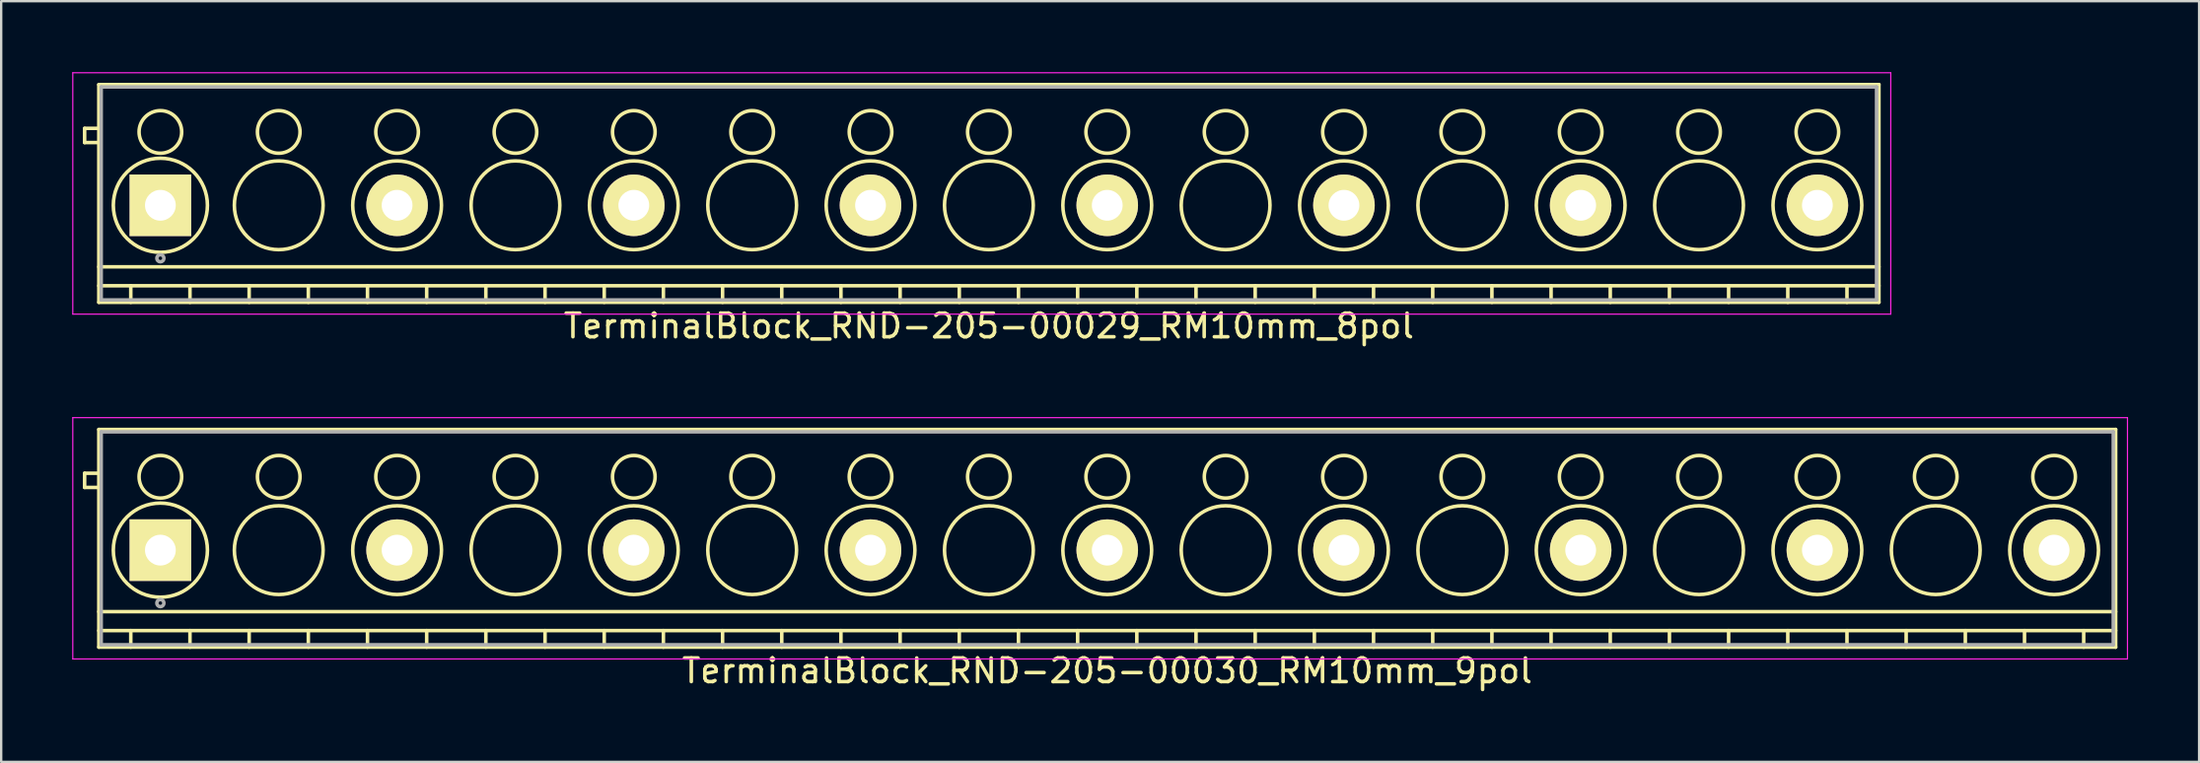
<source format=kicad_pcb>
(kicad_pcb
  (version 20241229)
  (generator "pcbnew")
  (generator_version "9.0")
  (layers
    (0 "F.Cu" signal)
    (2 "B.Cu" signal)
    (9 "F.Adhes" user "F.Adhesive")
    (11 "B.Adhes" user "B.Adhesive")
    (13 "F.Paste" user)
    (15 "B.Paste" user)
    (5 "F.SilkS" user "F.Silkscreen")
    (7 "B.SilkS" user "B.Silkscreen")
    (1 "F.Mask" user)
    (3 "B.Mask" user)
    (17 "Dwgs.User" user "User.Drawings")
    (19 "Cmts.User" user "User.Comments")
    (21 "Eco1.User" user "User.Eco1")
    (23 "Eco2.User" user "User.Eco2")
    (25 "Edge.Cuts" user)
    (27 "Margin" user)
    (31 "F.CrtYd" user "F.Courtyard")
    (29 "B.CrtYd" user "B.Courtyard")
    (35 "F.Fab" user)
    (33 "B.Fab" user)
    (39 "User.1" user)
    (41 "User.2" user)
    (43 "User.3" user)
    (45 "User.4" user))
  (footprint "TerminalBlock_RND-205-00029_RM10mm_8pol"
    (layer "F.Cu")
    (at 3.725 5.625)
    (property "Reference" "TerminalBlock_RND-205-00029_RM10mm_8pol" (at 35 5.1 0) (layer "F.SilkS") (effects (font (size 1 1) (thickness 0.15))))
    (attr through_hole)
    (fp_line (start -3.2 -3.25) (end -3.2 -2.65) (stroke (width 0.15) (type solid)) (layer "F.SilkS"))
    (fp_line (start -3.2 -2.65) (end -2.6 -2.65) (stroke (width 0.15) (type solid)) (layer "F.SilkS"))
    (fp_line (start -2.6 -5.1) (end 72.6 -5.1) (stroke (width 0.15) (type solid)) (layer "F.SilkS"))
    (fp_line (start -2.6 -3.25) (end -3.2 -3.25) (stroke (width 0.15) (type solid)) (layer "F.SilkS"))
    (fp_line (start -2.6 2.6) (end 72.6 2.6) (stroke (width 0.15) (type solid)) (layer "F.SilkS"))
    (fp_line (start -2.6 3.4) (end 72.6 3.4) (stroke (width 0.15) (type solid)) (layer "F.SilkS"))
    (fp_line (start -2.6 4.1) (end -2.6 -5.1) (stroke (width 0.15) (type solid)) (layer "F.SilkS"))
    (fp_line (start -1.25 3.4) (end -1.25 4.1) (stroke (width 0.15) (type solid)) (layer "F.SilkS"))
    (fp_line (start 1.25 3.4) (end 1.25 4.1) (stroke (width 0.15) (type solid)) (layer "F.SilkS"))
    (fp_line (start 3.75 3.4) (end 3.75 4.1) (stroke (width 0.15) (type solid)) (layer "F.SilkS"))
    (fp_line (start 6.25 3.4) (end 6.25 4.1) (stroke (width 0.15) (type solid)) (layer "F.SilkS"))
    (fp_line (start 8.75 3.4) (end 8.75 4.1) (stroke (width 0.15) (type solid)) (layer "F.SilkS"))
    (fp_line (start 11.25 3.4) (end 11.25 4.1) (stroke (width 0.15) (type solid)) (layer "F.SilkS"))
    (fp_line (start 13.75 3.4) (end 13.75 4.1) (stroke (width 0.15) (type solid)) (layer "F.SilkS"))
    (fp_line (start 16.25 3.4) (end 16.25 4.1) (stroke (width 0.15) (type solid)) (layer "F.SilkS"))
    (fp_line (start 18.75 3.4) (end 18.75 4.1) (stroke (width 0.15) (type solid)) (layer "F.SilkS"))
    (fp_line (start 21.25 3.4) (end 21.25 4.1) (stroke (width 0.15) (type solid)) (layer "F.SilkS"))
    (fp_line (start 23.75 3.4) (end 23.75 4.1) (stroke (width 0.15) (type solid)) (layer "F.SilkS"))
    (fp_line (start 26.25 3.4) (end 26.25 4.1) (stroke (width 0.15) (type solid)) (layer "F.SilkS"))
    (fp_line (start 28.75 3.4) (end 28.75 4.1) (stroke (width 0.15) (type solid)) (layer "F.SilkS"))
    (fp_line (start 31.25 3.4) (end 31.25 4.1) (stroke (width 0.15) (type solid)) (layer "F.SilkS"))
    (fp_line (start 33.75 3.4) (end 33.75 4.1) (stroke (width 0.15) (type solid)) (layer "F.SilkS"))
    (fp_line (start 36.25 3.4) (end 36.25 4.1) (stroke (width 0.15) (type solid)) (layer "F.SilkS"))
    (fp_line (start 38.75 3.4) (end 38.75 4.1) (stroke (width 0.15) (type solid)) (layer "F.SilkS"))
    (fp_line (start 41.25 3.4) (end 41.25 4.1) (stroke (width 0.15) (type solid)) (layer "F.SilkS"))
    (fp_line (start 43.75 3.4) (end 43.75 4.1) (stroke (width 0.15) (type solid)) (layer "F.SilkS"))
    (fp_line (start 46.25 3.4) (end 46.25 4.1) (stroke (width 0.15) (type solid)) (layer "F.SilkS"))
    (fp_line (start 48.75 3.4) (end 48.75 4.1) (stroke (width 0.15) (type solid)) (layer "F.SilkS"))
    (fp_line (start 51.25 3.4) (end 51.25 4.1) (stroke (width 0.15) (type solid)) (layer "F.SilkS"))
    (fp_line (start 53.75 3.4) (end 53.75 4.1) (stroke (width 0.15) (type solid)) (layer "F.SilkS"))
    (fp_line (start 56.25 3.4) (end 56.25 4.1) (stroke (width 0.15) (type solid)) (layer "F.SilkS"))
    (fp_line (start 58.75 3.4) (end 58.75 4.1) (stroke (width 0.15) (type solid)) (layer "F.SilkS"))
    (fp_line (start 61.25 3.4) (end 61.25 4.1) (stroke (width 0.15) (type solid)) (layer "F.SilkS"))
    (fp_line (start 63.75 3.4) (end 63.75 4.1) (stroke (width 0.15) (type solid)) (layer "F.SilkS"))
    (fp_line (start 66.25 3.4) (end 66.25 4.1) (stroke (width 0.15) (type solid)) (layer "F.SilkS"))
    (fp_line (start 68.75 3.4) (end 68.75 4.1) (stroke (width 0.15) (type solid)) (layer "F.SilkS"))
    (fp_line (start 71.25 3.4) (end 71.25 4.1) (stroke (width 0.15) (type solid)) (layer "F.SilkS"))
    (fp_line (start 72.6 -5.1) (end 72.6 4.1) (stroke (width 0.15) (type solid)) (layer "F.SilkS"))
    (fp_line (start 72.6 4.1) (end -2.6 4.1) (stroke (width 0.15) (type solid)) (layer "F.SilkS"))
    (fp_circle (center 0 -3.1) (end -0.9 -3.1) (stroke (width 0.15) (type solid)) (fill no) (layer "F.SilkS"))
    (fp_circle (center 0 0) (end -1.988 0) (stroke (width 0.15) (type solid)) (fill no) (layer "F.SilkS"))
    (fp_circle (center 5 -3.1) (end 4.1 -3.1) (stroke (width 0.15) (type solid)) (fill no) (layer "F.SilkS"))
    (fp_circle (center 5 0) (end 3.125 0) (stroke (width 0.15) (type solid)) (fill no) (layer "F.SilkS"))
    (fp_circle (center 10 -3.1) (end 9.1 -3.1) (stroke (width 0.15) (type solid)) (fill no) (layer "F.SilkS"))
    (fp_circle (center 10 0) (end 8.125 0) (stroke (width 0.15) (type solid)) (fill no) (layer "F.SilkS"))
    (fp_circle (center 15 -3.1) (end 14.1 -3.1) (stroke (width 0.15) (type solid)) (fill no) (layer "F.SilkS"))
    (fp_circle (center 15 0) (end 13.125 0) (stroke (width 0.15) (type solid)) (fill no) (layer "F.SilkS"))
    (fp_circle (center 20 -3.1) (end 19.1 -3.1) (stroke (width 0.15) (type solid)) (fill no) (layer "F.SilkS"))
    (fp_circle (center 20 0) (end 18.125 0) (stroke (width 0.15) (type solid)) (fill no) (layer "F.SilkS"))
    (fp_circle (center 25 -3.1) (end 24.1 -3.1) (stroke (width 0.15) (type solid)) (fill no) (layer "F.SilkS"))
    (fp_circle (center 25 0) (end 23.125 0) (stroke (width 0.15) (type solid)) (fill no) (layer "F.SilkS"))
    (fp_circle (center 30 -3.1) (end 29.1 -3.1) (stroke (width 0.15) (type solid)) (fill no) (layer "F.SilkS"))
    (fp_circle (center 30 0) (end 28.125 0) (stroke (width 0.15) (type solid)) (fill no) (layer "F.SilkS"))
    (fp_circle (center 35 -3.1) (end 34.1 -3.1) (stroke (width 0.15) (type solid)) (fill no) (layer "F.SilkS"))
    (fp_circle (center 35 0) (end 33.125 0) (stroke (width 0.15) (type solid)) (fill no) (layer "F.SilkS"))
    (fp_circle (center 40 -3.1) (end 39.1 -3.1) (stroke (width 0.15) (type solid)) (fill no) (layer "F.SilkS"))
    (fp_circle (center 40 0) (end 38.125 0) (stroke (width 0.15) (type solid)) (fill no) (layer "F.SilkS"))
    (fp_circle (center 45 -3.1) (end 44.1 -3.1) (stroke (width 0.15) (type solid)) (fill no) (layer "F.SilkS"))
    (fp_circle (center 45 0) (end 43.125 0) (stroke (width 0.15) (type solid)) (fill no) (layer "F.SilkS"))
    (fp_circle (center 50 -3.1) (end 49.1 -3.1) (stroke (width 0.15) (type solid)) (fill no) (layer "F.SilkS"))
    (fp_circle (center 50 0) (end 48.125 0) (stroke (width 0.15) (type solid)) (fill no) (layer "F.SilkS"))
    (fp_circle (center 55 -3.1) (end 54.1 -3.1) (stroke (width 0.15) (type solid)) (fill no) (layer "F.SilkS"))
    (fp_circle (center 55 0) (end 53.125 0) (stroke (width 0.15) (type solid)) (fill no) (layer "F.SilkS"))
    (fp_circle (center 60 -3.1) (end 59.1 -3.1) (stroke (width 0.15) (type solid)) (fill no) (layer "F.SilkS"))
    (fp_circle (center 60 0) (end 58.125 0) (stroke (width 0.15) (type solid)) (fill no) (layer "F.SilkS"))
    (fp_circle (center 65 -3.1) (end 64.1 -3.1) (stroke (width 0.15) (type solid)) (fill no) (layer "F.SilkS"))
    (fp_circle (center 65 0) (end 63.125 0) (stroke (width 0.15) (type solid)) (fill no) (layer "F.SilkS"))
    (fp_circle (center 70 -3.1) (end 69.1 -3.1) (stroke (width 0.15) (type solid)) (fill no) (layer "F.SilkS"))
    (fp_circle (center 70 0) (end 68.125 0) (stroke (width 0.15) (type solid)) (fill no) (layer "F.SilkS"))
    (fp_line (start -3.7 -5.6) (end 73.1 -5.6) (stroke (width 0.05) (type solid)) (layer "F.CrtYd"))
    (fp_line (start -3.7 4.6) (end -3.7 -5.6) (stroke (width 0.05) (type solid)) (layer "F.CrtYd"))
    (fp_line (start 73.1 -5.6) (end 73.1 4.6) (stroke (width 0.05) (type solid)) (layer "F.CrtYd"))
    (fp_line (start 73.1 4.6) (end -3.7 4.6) (stroke (width 0.05) (type solid)) (layer "F.CrtYd"))
    (fp_line (start -2.5 -5) (end 72.5 -5) (stroke (width 0.15) (type solid)) (layer "F.Fab"))
    (fp_line (start -2.5 4) (end -2.5 -5) (stroke (width 0.15) (type solid)) (layer "F.Fab"))
    (fp_line (start 72.5 -5) (end 72.5 4) (stroke (width 0.15) (type solid)) (layer "F.Fab"))
    (fp_line (start 72.5 4) (end -2.5 4) (stroke (width 0.15) (type solid)) (layer "F.Fab"))
    (fp_circle (center 0 2.238) (end -0.15 2.238) (stroke (width 0.15) (type solid)) (fill no) (layer "F.Fab"))
    (pad "1" thru_hole rect (at 0 0) (size 2.6 2.6) (drill 1.3) (layers "*.Cu" "*.Mask" "F.SilkS"))
    (pad "2" thru_hole circle (at 10 0) (size 2.6 2.6) (drill 1.3) (layers "*.Cu" "*.Mask" "F.SilkS"))
    (pad "3" thru_hole circle (at 20 0) (size 2.6 2.6) (drill 1.3) (layers "*.Cu" "*.Mask" "F.SilkS"))
    (pad "4" thru_hole circle (at 30 0) (size 2.6 2.6) (drill 1.3) (layers "*.Cu" "*.Mask" "F.SilkS"))
    (pad "5" thru_hole circle (at 40 0) (size 2.6 2.6) (drill 1.3) (layers "*.Cu" "*.Mask" "F.SilkS"))
    (pad "6" thru_hole circle (at 50 0) (size 2.6 2.6) (drill 1.3) (layers "*.Cu" "*.Mask" "F.SilkS"))
    (pad "7" thru_hole circle (at 60 0) (size 2.6 2.6) (drill 1.3) (layers "*.Cu" "*.Mask" "F.SilkS"))
    (pad "8" thru_hole circle (at 70 0) (size 2.6 2.6) (drill 1.3) (layers "*.Cu" "*.Mask" "F.SilkS")))
  (footprint "TerminalBlock_RND-205-00030_RM10mm_9pol"
    (layer "F.Cu")
    (at 3.725 20.198)
    (property "Reference" "TerminalBlock_RND-205-00030_RM10mm_9pol" (at 40 5.1 0) (layer "F.SilkS") (effects (font (size 1 1) (thickness 0.15))))
    (attr through_hole)
    (fp_line (start -3.2 -3.25) (end -3.2 -2.65) (stroke (width 0.15) (type solid)) (layer "F.SilkS"))
    (fp_line (start -3.2 -2.65) (end -2.6 -2.65) (stroke (width 0.15) (type solid)) (layer "F.SilkS"))
    (fp_line (start -2.6 -5.1) (end 82.6 -5.1) (stroke (width 0.15) (type solid)) (layer "F.SilkS"))
    (fp_line (start -2.6 -3.25) (end -3.2 -3.25) (stroke (width 0.15) (type solid)) (layer "F.SilkS"))
    (fp_line (start -2.6 2.6) (end 82.6 2.6) (stroke (width 0.15) (type solid)) (layer "F.SilkS"))
    (fp_line (start -2.6 3.4) (end 82.6 3.4) (stroke (width 0.15) (type solid)) (layer "F.SilkS"))
    (fp_line (start -2.6 4.1) (end -2.6 -5.1) (stroke (width 0.15) (type solid)) (layer "F.SilkS"))
    (fp_line (start -1.25 3.4) (end -1.25 4.1) (stroke (width 0.15) (type solid)) (layer "F.SilkS"))
    (fp_line (start 1.25 3.4) (end 1.25 4.1) (stroke (width 0.15) (type solid)) (layer "F.SilkS"))
    (fp_line (start 3.75 3.4) (end 3.75 4.1) (stroke (width 0.15) (type solid)) (layer "F.SilkS"))
    (fp_line (start 6.25 3.4) (end 6.25 4.1) (stroke (width 0.15) (type solid)) (layer "F.SilkS"))
    (fp_line (start 8.75 3.4) (end 8.75 4.1) (stroke (width 0.15) (type solid)) (layer "F.SilkS"))
    (fp_line (start 11.25 3.4) (end 11.25 4.1) (stroke (width 0.15) (type solid)) (layer "F.SilkS"))
    (fp_line (start 13.75 3.4) (end 13.75 4.1) (stroke (width 0.15) (type solid)) (layer "F.SilkS"))
    (fp_line (start 16.25 3.4) (end 16.25 4.1) (stroke (width 0.15) (type solid)) (layer "F.SilkS"))
    (fp_line (start 18.75 3.4) (end 18.75 4.1) (stroke (width 0.15) (type solid)) (layer "F.SilkS"))
    (fp_line (start 21.25 3.4) (end 21.25 4.1) (stroke (width 0.15) (type solid)) (layer "F.SilkS"))
    (fp_line (start 23.75 3.4) (end 23.75 4.1) (stroke (width 0.15) (type solid)) (layer "F.SilkS"))
    (fp_line (start 26.25 3.4) (end 26.25 4.1) (stroke (width 0.15) (type solid)) (layer "F.SilkS"))
    (fp_line (start 28.75 3.4) (end 28.75 4.1) (stroke (width 0.15) (type solid)) (layer "F.SilkS"))
    (fp_line (start 31.25 3.4) (end 31.25 4.1) (stroke (width 0.15) (type solid)) (layer "F.SilkS"))
    (fp_line (start 33.75 3.4) (end 33.75 4.1) (stroke (width 0.15) (type solid)) (layer "F.SilkS"))
    (fp_line (start 36.25 3.4) (end 36.25 4.1) (stroke (width 0.15) (type solid)) (layer "F.SilkS"))
    (fp_line (start 38.75 3.4) (end 38.75 4.1) (stroke (width 0.15) (type solid)) (layer "F.SilkS"))
    (fp_line (start 41.25 3.4) (end 41.25 4.1) (stroke (width 0.15) (type solid)) (layer "F.SilkS"))
    (fp_line (start 43.75 3.4) (end 43.75 4.1) (stroke (width 0.15) (type solid)) (layer "F.SilkS"))
    (fp_line (start 46.25 3.4) (end 46.25 4.1) (stroke (width 0.15) (type solid)) (layer "F.SilkS"))
    (fp_line (start 48.75 3.4) (end 48.75 4.1) (stroke (width 0.15) (type solid)) (layer "F.SilkS"))
    (fp_line (start 51.25 3.4) (end 51.25 4.1) (stroke (width 0.15) (type solid)) (layer "F.SilkS"))
    (fp_line (start 53.75 3.4) (end 53.75 4.1) (stroke (width 0.15) (type solid)) (layer "F.SilkS"))
    (fp_line (start 56.25 3.4) (end 56.25 4.1) (stroke (width 0.15) (type solid)) (layer "F.SilkS"))
    (fp_line (start 58.75 3.4) (end 58.75 4.1) (stroke (width 0.15) (type solid)) (layer "F.SilkS"))
    (fp_line (start 61.25 3.4) (end 61.25 4.1) (stroke (width 0.15) (type solid)) (layer "F.SilkS"))
    (fp_line (start 63.75 3.4) (end 63.75 4.1) (stroke (width 0.15) (type solid)) (layer "F.SilkS"))
    (fp_line (start 66.25 3.4) (end 66.25 4.1) (stroke (width 0.15) (type solid)) (layer "F.SilkS"))
    (fp_line (start 68.75 3.4) (end 68.75 4.1) (stroke (width 0.15) (type solid)) (layer "F.SilkS"))
    (fp_line (start 71.25 3.4) (end 71.25 4.1) (stroke (width 0.15) (type solid)) (layer "F.SilkS"))
    (fp_line (start 73.75 3.4) (end 73.75 4.1) (stroke (width 0.15) (type solid)) (layer "F.SilkS"))
    (fp_line (start 76.25 3.4) (end 76.25 4.1) (stroke (width 0.15) (type solid)) (layer "F.SilkS"))
    (fp_line (start 78.75 3.4) (end 78.75 4.1) (stroke (width 0.15) (type solid)) (layer "F.SilkS"))
    (fp_line (start 81.25 3.4) (end 81.25 4.1) (stroke (width 0.15) (type solid)) (layer "F.SilkS"))
    (fp_line (start 82.6 -5.1) (end 82.6 4.1) (stroke (width 0.15) (type solid)) (layer "F.SilkS"))
    (fp_line (start 82.6 4.1) (end -2.6 4.1) (stroke (width 0.15) (type solid)) (layer "F.SilkS"))
    (fp_circle (center 0 -3.1) (end -0.9 -3.1) (stroke (width 0.15) (type solid)) (fill no) (layer "F.SilkS"))
    (fp_circle (center 0 0) (end -1.988 0) (stroke (width 0.15) (type solid)) (fill no) (layer "F.SilkS"))
    (fp_circle (center 5 -3.1) (end 4.1 -3.1) (stroke (width 0.15) (type solid)) (fill no) (layer "F.SilkS"))
    (fp_circle (center 5 0) (end 3.125 0) (stroke (width 0.15) (type solid)) (fill no) (layer "F.SilkS"))
    (fp_circle (center 10 -3.1) (end 9.1 -3.1) (stroke (width 0.15) (type solid)) (fill no) (layer "F.SilkS"))
    (fp_circle (center 10 0) (end 8.125 0) (stroke (width 0.15) (type solid)) (fill no) (layer "F.SilkS"))
    (fp_circle (center 15 -3.1) (end 14.1 -3.1) (stroke (width 0.15) (type solid)) (fill no) (layer "F.SilkS"))
    (fp_circle (center 15 0) (end 13.125 0) (stroke (width 0.15) (type solid)) (fill no) (layer "F.SilkS"))
    (fp_circle (center 20 -3.1) (end 19.1 -3.1) (stroke (width 0.15) (type solid)) (fill no) (layer "F.SilkS"))
    (fp_circle (center 20 0) (end 18.125 0) (stroke (width 0.15) (type solid)) (fill no) (layer "F.SilkS"))
    (fp_circle (center 25 -3.1) (end 24.1 -3.1) (stroke (width 0.15) (type solid)) (fill no) (layer "F.SilkS"))
    (fp_circle (center 25 0) (end 23.125 0) (stroke (width 0.15) (type solid)) (fill no) (layer "F.SilkS"))
    (fp_circle (center 30 -3.1) (end 29.1 -3.1) (stroke (width 0.15) (type solid)) (fill no) (layer "F.SilkS"))
    (fp_circle (center 30 0) (end 28.125 0) (stroke (width 0.15) (type solid)) (fill no) (layer "F.SilkS"))
    (fp_circle (center 35 -3.1) (end 34.1 -3.1) (stroke (width 0.15) (type solid)) (fill no) (layer "F.SilkS"))
    (fp_circle (center 35 0) (end 33.125 0) (stroke (width 0.15) (type solid)) (fill no) (layer "F.SilkS"))
    (fp_circle (center 40 -3.1) (end 39.1 -3.1) (stroke (width 0.15) (type solid)) (fill no) (layer "F.SilkS"))
    (fp_circle (center 40 0) (end 38.125 0) (stroke (width 0.15) (type solid)) (fill no) (layer "F.SilkS"))
    (fp_circle (center 45 -3.1) (end 44.1 -3.1) (stroke (width 0.15) (type solid)) (fill no) (layer "F.SilkS"))
    (fp_circle (center 45 0) (end 43.125 0) (stroke (width 0.15) (type solid)) (fill no) (layer "F.SilkS"))
    (fp_circle (center 50 -3.1) (end 49.1 -3.1) (stroke (width 0.15) (type solid)) (fill no) (layer "F.SilkS"))
    (fp_circle (center 50 0) (end 48.125 0) (stroke (width 0.15) (type solid)) (fill no) (layer "F.SilkS"))
    (fp_circle (center 55 -3.1) (end 54.1 -3.1) (stroke (width 0.15) (type solid)) (fill no) (layer "F.SilkS"))
    (fp_circle (center 55 0) (end 53.125 0) (stroke (width 0.15) (type solid)) (fill no) (layer "F.SilkS"))
    (fp_circle (center 60 -3.1) (end 59.1 -3.1) (stroke (width 0.15) (type solid)) (fill no) (layer "F.SilkS"))
    (fp_circle (center 60 0) (end 58.125 0) (stroke (width 0.15) (type solid)) (fill no) (layer "F.SilkS"))
    (fp_circle (center 65 -3.1) (end 64.1 -3.1) (stroke (width 0.15) (type solid)) (fill no) (layer "F.SilkS"))
    (fp_circle (center 65 0) (end 63.125 0) (stroke (width 0.15) (type solid)) (fill no) (layer "F.SilkS"))
    (fp_circle (center 70 -3.1) (end 69.1 -3.1) (stroke (width 0.15) (type solid)) (fill no) (layer "F.SilkS"))
    (fp_circle (center 70 0) (end 68.125 0) (stroke (width 0.15) (type solid)) (fill no) (layer "F.SilkS"))
    (fp_circle (center 75 -3.1) (end 74.1 -3.1) (stroke (width 0.15) (type solid)) (fill no) (layer "F.SilkS"))
    (fp_circle (center 75 0) (end 73.125 0) (stroke (width 0.15) (type solid)) (fill no) (layer "F.SilkS"))
    (fp_circle (center 80 -3.1) (end 79.1 -3.1) (stroke (width 0.15) (type solid)) (fill no) (layer "F.SilkS"))
    (fp_circle (center 80 0) (end 78.125 0) (stroke (width 0.15) (type solid)) (fill no) (layer "F.SilkS"))
    (fp_line (start -3.7 -5.6) (end 83.1 -5.6) (stroke (width 0.05) (type solid)) (layer "F.CrtYd"))
    (fp_line (start -3.7 4.6) (end -3.7 -5.6) (stroke (width 0.05) (type solid)) (layer "F.CrtYd"))
    (fp_line (start 83.1 -5.6) (end 83.1 4.6) (stroke (width 0.05) (type solid)) (layer "F.CrtYd"))
    (fp_line (start 83.1 4.6) (end -3.7 4.6) (stroke (width 0.05) (type solid)) (layer "F.CrtYd"))
    (fp_line (start -2.5 -5) (end 82.5 -5) (stroke (width 0.15) (type solid)) (layer "F.Fab"))
    (fp_line (start -2.5 4) (end -2.5 -5) (stroke (width 0.15) (type solid)) (layer "F.Fab"))
    (fp_line (start 82.5 -5) (end 82.5 4) (stroke (width 0.15) (type solid)) (layer "F.Fab"))
    (fp_line (start 82.5 4) (end -2.5 4) (stroke (width 0.15) (type solid)) (layer "F.Fab"))
    (fp_circle (center 0 2.238) (end -0.15 2.238) (stroke (width 0.15) (type solid)) (fill no) (layer "F.Fab"))
    (pad "1" thru_hole rect (at 0 0) (size 2.6 2.6) (drill 1.3) (layers "*.Cu" "*.Mask" "F.SilkS"))
    (pad "2" thru_hole circle (at 10 0) (size 2.6 2.6) (drill 1.3) (layers "*.Cu" "*.Mask" "F.SilkS"))
    (pad "3" thru_hole circle (at 20 0) (size 2.6 2.6) (drill 1.3) (layers "*.Cu" "*.Mask" "F.SilkS"))
    (pad "4" thru_hole circle (at 30 0) (size 2.6 2.6) (drill 1.3) (layers "*.Cu" "*.Mask" "F.SilkS"))
    (pad "5" thru_hole circle (at 40 0) (size 2.6 2.6) (drill 1.3) (layers "*.Cu" "*.Mask" "F.SilkS"))
    (pad "6" thru_hole circle (at 50 0) (size 2.6 2.6) (drill 1.3) (layers "*.Cu" "*.Mask" "F.SilkS"))
    (pad "7" thru_hole circle (at 60 0) (size 2.6 2.6) (drill 1.3) (layers "*.Cu" "*.Mask" "F.SilkS"))
    (pad "8" thru_hole circle (at 70 0) (size 2.6 2.6) (drill 1.3) (layers "*.Cu" "*.Mask" "F.SilkS"))
    (pad "9" thru_hole circle (at 80 0) (size 2.6 2.6) (drill 1.3) (layers "*.Cu" "*.Mask" "F.SilkS")))
  (gr_rect
    (start -3 -3)
    (end 89.85 29.146)
    (stroke (width 0.1) (type default))
    (fill no)
    (layer "Edge.Cuts")))
</source>
